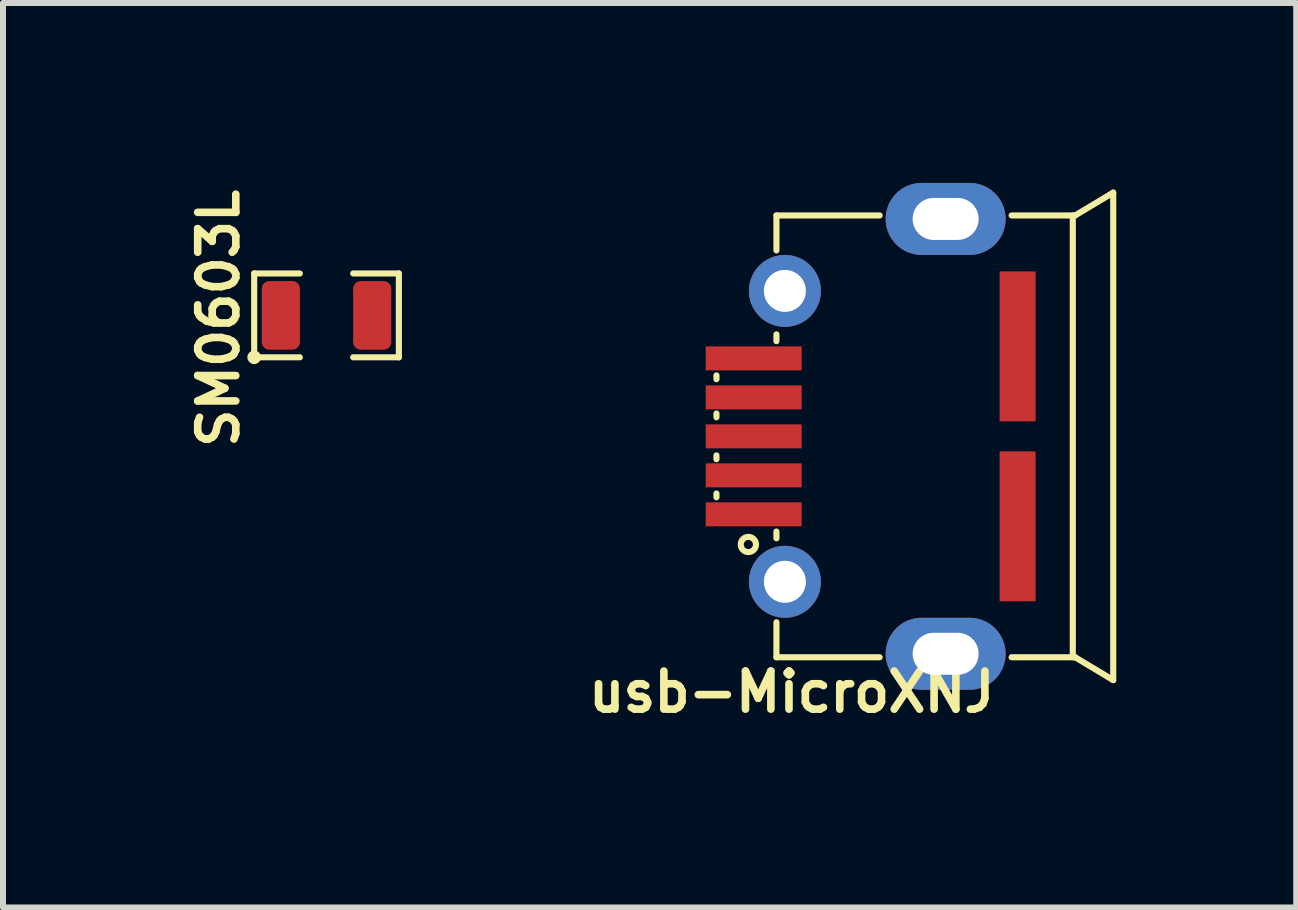
<source format=kicad_pcb>
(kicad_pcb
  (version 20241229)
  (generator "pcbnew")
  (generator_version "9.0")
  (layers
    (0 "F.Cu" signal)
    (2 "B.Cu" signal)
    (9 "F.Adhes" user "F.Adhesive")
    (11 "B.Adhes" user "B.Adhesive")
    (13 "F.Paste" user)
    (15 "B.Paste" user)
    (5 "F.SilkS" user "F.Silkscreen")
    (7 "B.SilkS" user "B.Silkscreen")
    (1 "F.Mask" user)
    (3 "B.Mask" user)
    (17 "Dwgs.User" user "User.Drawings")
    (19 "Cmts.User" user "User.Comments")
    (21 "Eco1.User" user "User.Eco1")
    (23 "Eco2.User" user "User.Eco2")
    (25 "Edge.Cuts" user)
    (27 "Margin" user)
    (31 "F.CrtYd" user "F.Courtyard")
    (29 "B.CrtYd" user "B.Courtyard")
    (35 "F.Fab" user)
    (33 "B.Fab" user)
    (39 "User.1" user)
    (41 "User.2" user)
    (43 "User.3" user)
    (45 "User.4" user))
  (footprint "usb-MicroXNJ"
    (layer "F.Cu")
    (at 12.716 4.225)
    (property "Reference" "usb-MicroXNJ" (at -2.566 4.261 0) (layer "F.SilkS") (effects (font (size 0.635 0.635) (thickness 0.127))))
    (attr smd)
    (fp_line (start -3.821 -1.016) (end -3.821 -0.953) (stroke (width 0.102) (type solid)) (layer "F.SilkS"))
    (fp_line (start -3.821 -0.381) (end -3.821 -0.318) (stroke (width 0.102) (type solid)) (layer "F.SilkS"))
    (fp_line (start -3.821 0.381) (end -3.821 0.318) (stroke (width 0.102) (type solid)) (layer "F.SilkS"))
    (fp_line (start -3.821 0.953) (end -3.821 1.016) (stroke (width 0.102) (type solid)) (layer "F.SilkS"))
    (fp_line (start -2.821 -3.683) (end -2.821 -3.1) (stroke (width 0.102) (type solid)) (layer "F.SilkS"))
    (fp_line (start -2.821 -1.7) (end -2.821 -1.587) (stroke (width 0.102) (type solid)) (layer "F.SilkS"))
    (fp_line (start -2.821 1.587) (end -2.821 1.7) (stroke (width 0.102) (type solid)) (layer "F.SilkS"))
    (fp_line (start -2.821 3.1) (end -2.821 3.683) (stroke (width 0.102) (type solid)) (layer "F.SilkS"))
    (fp_line (start -1.1 -3.683) (end -2.821 -3.683) (stroke (width 0.102) (type solid)) (layer "F.SilkS"))
    (fp_line (start -1.1 3.683) (end -2.821 3.683) (stroke (width 0.102) (type solid)) (layer "F.SilkS"))
    (fp_line (start 2.12 -3.683) (end 2.12 3.683) (stroke (width 0.102) (type solid)) (layer "F.SilkS"))
    (fp_line (start 2.159 -3.683) (end 1.1 -3.683) (stroke (width 0.102) (type solid)) (layer "F.SilkS"))
    (fp_line (start 2.159 -3.683) (end 2.794 -4.064) (stroke (width 0.102) (type solid)) (layer "F.SilkS"))
    (fp_line (start 2.159 3.683) (end 1.1 3.683) (stroke (width 0.102) (type solid)) (layer "F.SilkS"))
    (fp_line (start 2.159 3.683) (end 2.794 4.064) (stroke (width 0.102) (type solid)) (layer "F.SilkS"))
    (fp_line (start 2.794 -4.064) (end 2.794 4.064) (stroke (width 0.102) (type solid)) (layer "F.SilkS"))
    (fp_circle (center -3.289 1.803) (end -3.162 1.803) (stroke (width 0.102) (type solid)) (fill no) (layer "F.SilkS"))
    (pad "1" smd rect (at -3.2 1.3) (size 1.6 0.4) (layers "F.Cu" "F.Mask" "F.Paste"))
    (pad "2" smd rect (at -3.2 0.65) (size 1.6 0.4) (layers "F.Cu" "F.Mask" "F.Paste"))
    (pad "3" smd rect (at -3.2 0) (size 1.6 0.4) (layers "F.Cu" "F.Mask" "F.Paste"))
    (pad "4" smd rect (at -3.2 -0.65) (size 1.6 0.4) (layers "F.Cu" "F.Mask" "F.Paste"))
    (pad "5" smd rect (at -3.2 -1.3) (size 1.6 0.4) (layers "F.Cu" "F.Mask" "F.Paste"))
    (pad "6" thru_hole circle (at -2.68 -2.425) (size 1.2 1.2) (drill 0.7) (layers "*.Cu" "*.Mask"))
    (pad "6" thru_hole circle (at -2.68 2.425) (size 1.2 1.2) (drill 0.7) (layers "*.Cu" "*.Mask"))
    (pad "6" thru_hole oval (at 0 -3.625) (size 2 1.2) (drill oval 1.1 0.7) (layers "*.Cu" "*.Mask"))
    (pad "6" thru_hole oval (at 0 3.625) (size 2 1.2) (drill oval 1.1 0.7) (layers "*.Cu" "*.Mask"))
    (pad "6" smd rect (at 1.2 -1.5) (size 0.6 2.5) (layers "F.Cu" "F.Mask" "F.Paste"))
    (pad "6" smd rect (at 1.2 1.5) (size 0.6 2.5) (layers "F.Cu" "F.Mask" "F.Paste")))
  (footprint "SM0603L"
    (layer "F.Cu")
    (at 2.394 2.208)
    (property "Reference" "SM0603L" (at -1.8 0.051 270) (layer "F.SilkS") (effects (font (size 0.635 0.635) (thickness 0.127))))
    (attr smd)
    (fp_line (start -1.206 -0.699) (end -1.206 0.699) (stroke (width 0.102) (type solid)) (layer "F.SilkS"))
    (fp_line (start -1.206 0.699) (end -0.445 0.699) (stroke (width 0.102) (type solid)) (layer "F.SilkS"))
    (fp_line (start -0.445 -0.699) (end -1.206 -0.699) (stroke (width 0.102) (type solid)) (layer "F.SilkS"))
    (fp_line (start 1.206 -0.699) (end 0.445 -0.699) (stroke (width 0.102) (type solid)) (layer "F.SilkS"))
    (fp_line (start 1.206 -0.699) (end 1.206 0.699) (stroke (width 0.102) (type solid)) (layer "F.SilkS"))
    (fp_line (start 1.206 0.699) (end 0.445 0.699) (stroke (width 0.102) (type solid)) (layer "F.SilkS"))
    (fp_circle (center -1.206 0.699) (end -1.143 0.699) (stroke (width 0.102) (type solid)) (fill no) (layer "F.SilkS"))
    (pad "1" smd oval (at -0.762 -0.445) (size 0.635 0.254) (layers "F.Cu" "F.Mask" "F.Paste"))
    (pad "1" smd rect (at -0.762 0) (size 0.635 0.889) (layers "F.Cu" "F.Mask" "F.Paste"))
    (pad "1" smd oval (at -0.762 0.445) (size 0.635 0.254) (layers "F.Cu" "F.Mask" "F.Paste"))
    (pad "2" smd oval (at 0.762 -0.445) (size 0.635 0.254) (layers "F.Cu" "F.Mask" "F.Paste"))
    (pad "2" smd rect (at 0.762 0) (size 0.635 0.889) (layers "F.Cu" "F.Mask" "F.Paste"))
    (pad "2" smd oval (at 0.762 0.445) (size 0.635 0.254) (layers "F.Cu" "F.Mask" "F.Paste")))
  (gr_rect
    (start -3 -3)
    (end 18.561 12.08)
    (stroke (width 0.1) (type default))
    (fill no)
    (layer "Edge.Cuts")))
</source>
